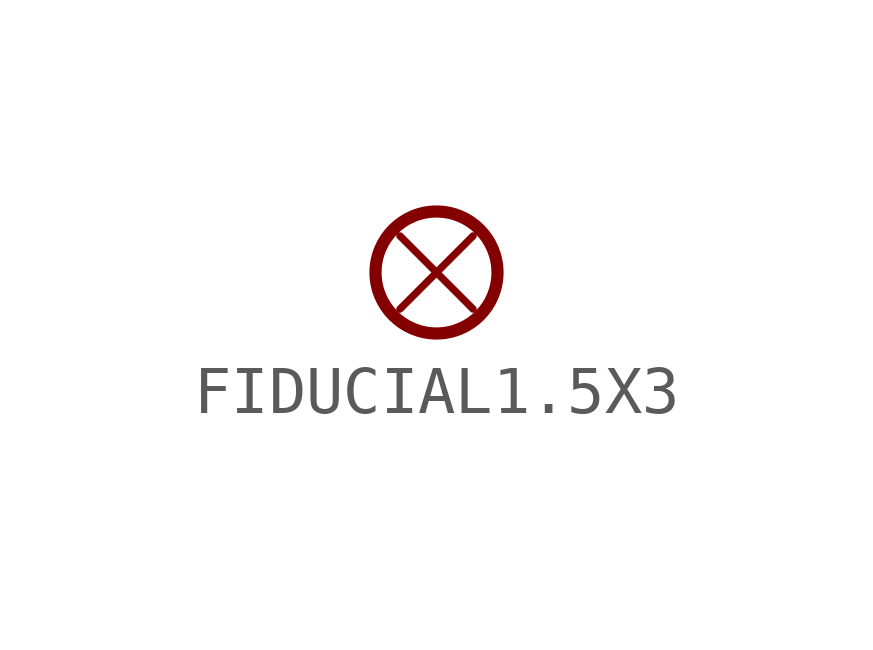
<source format=kicad_sym>
(kicad_symbol_lib
  (version 20211014)
  (generator kicad_symbol_editor)
  (symbol "FIDUCIAL1.5X3"
    (pin_names
      (offset 1.016))
    (property "Reference" "FID"
      (at 0 0 0)
      (effects (font (size 1.27 1.27)) hide))
    (property "ki_locked" ""
      (at 0 0 0)
      (effects (font (size 1.27 1.27))))
    (symbol "FIDUCIAL1.5X3_1_0"
      (polyline (pts (xy -0.762 0.762) (xy 0.762 -0.762)) (stroke (width 0) (type default) (color 0 0 0 0)) (fill (type none)))
      (polyline (pts (xy 0.762 0.762) (xy -0.762 -0.762)) (stroke (width 0) (type default) (color 0 0 0 0)) (fill (type none)))
      (circle (center 0 0) (radius 1.27) (stroke (width 0.254) (type default) (color 0 0 0 0)) (fill (type none))))))
</source>
